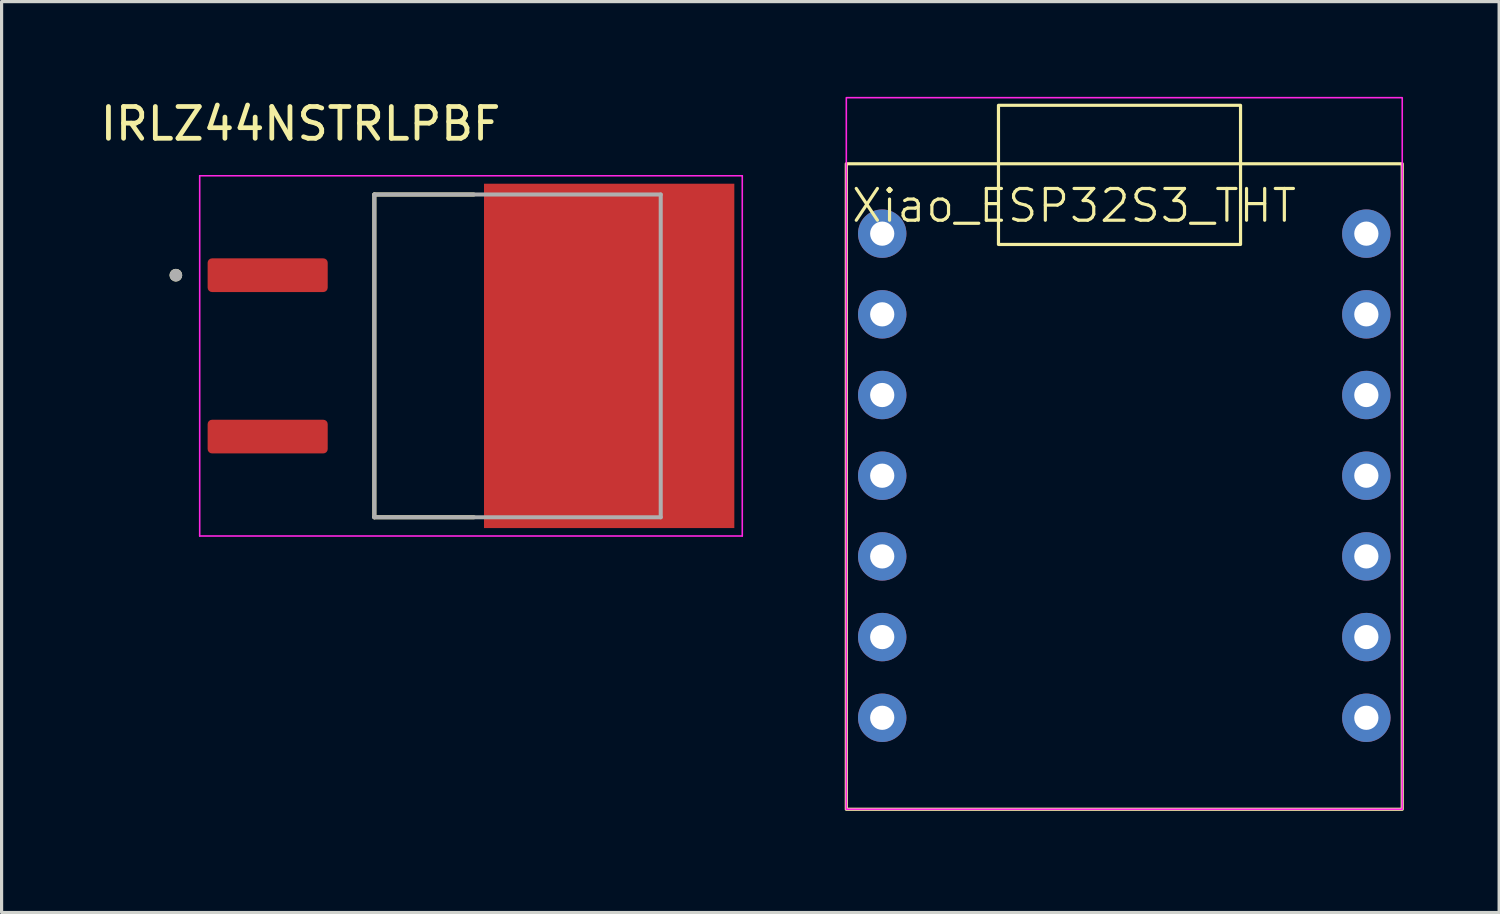
<source format=kicad_pcb>
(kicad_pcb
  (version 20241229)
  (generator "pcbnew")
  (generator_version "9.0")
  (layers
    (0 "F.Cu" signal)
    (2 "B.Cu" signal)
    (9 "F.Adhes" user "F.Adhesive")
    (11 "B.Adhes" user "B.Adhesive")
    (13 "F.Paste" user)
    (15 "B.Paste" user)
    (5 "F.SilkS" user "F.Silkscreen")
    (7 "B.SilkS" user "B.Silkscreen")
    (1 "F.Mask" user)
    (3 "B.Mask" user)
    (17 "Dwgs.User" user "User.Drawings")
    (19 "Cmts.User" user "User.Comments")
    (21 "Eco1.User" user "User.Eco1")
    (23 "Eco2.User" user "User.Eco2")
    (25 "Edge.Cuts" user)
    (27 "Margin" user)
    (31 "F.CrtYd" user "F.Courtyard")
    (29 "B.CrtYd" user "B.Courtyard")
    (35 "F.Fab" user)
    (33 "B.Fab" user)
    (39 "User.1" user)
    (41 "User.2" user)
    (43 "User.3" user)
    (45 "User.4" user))
  (footprint "Xiao_ESP32S3_THT"
    (layer "F.Cu")
    (at 23.591 22.425)
    (property "Reference" "Xiao_ESP32S3_THT" (at 7.17 -19 0) (unlocked yes) (layer "F.SilkS") (effects (font (size 1 1) (thickness 0.1))))
    (attr through_hole)
    (fp_rect (start 0 -20.32) (end 17.5 0) (stroke (width 0.1) (type default)) (fill no) (layer "F.SilkS"))
    (fp_rect (start 4.79 -22.16) (end 12.41 -17.78) (stroke (width 0.1) (type default)) (fill no) (layer "F.SilkS"))
    (fp_rect (start 0 -22.4) (end 17.5 0) (stroke (width 0.05) (type default)) (fill no) (layer "F.CrtYd"))
    (pad "1" thru_hole circle (at 1.13 -18.12) (size 1.524 1.524) (drill 0.762) (layers "*.Cu" "*.Mask"))
    (pad "2" thru_hole circle (at 1.13 -15.58) (size 1.524 1.524) (drill 0.762) (layers "*.Cu" "*.Mask"))
    (pad "3" thru_hole circle (at 1.13 -13.04) (size 1.524 1.524) (drill 0.762) (layers "*.Cu" "*.Mask"))
    (pad "4" thru_hole circle (at 1.13 -10.5) (size 1.524 1.524) (drill 0.762) (layers "*.Cu" "*.Mask"))
    (pad "5" thru_hole circle (at 1.13 -7.96) (size 1.524 1.524) (drill 0.762) (layers "*.Cu" "*.Mask"))
    (pad "6" thru_hole circle (at 1.13 -5.42) (size 1.524 1.524) (drill 0.762) (layers "*.Cu" "*.Mask"))
    (pad "7" thru_hole circle (at 1.13 -2.88) (size 1.524 1.524) (drill 0.762) (layers "*.Cu" "*.Mask"))
    (pad "8" thru_hole circle (at 16.37 -2.88) (size 1.524 1.524) (drill 0.762) (layers "*.Cu" "*.Mask"))
    (pad "9" thru_hole circle (at 16.37 -5.42) (size 1.524 1.524) (drill 0.762) (layers "*.Cu" "*.Mask"))
    (pad "10" thru_hole circle (at 16.37 -7.96) (size 1.524 1.524) (drill 0.762) (layers "*.Cu" "*.Mask"))
    (pad "11" thru_hole circle (at 16.37 -10.5) (size 1.524 1.524) (drill 0.762) (layers "*.Cu" "*.Mask"))
    (pad "12" thru_hole circle (at 16.37 -13.04) (size 1.524 1.524) (drill 0.762) (layers "*.Cu" "*.Mask"))
    (pad "13" thru_hole circle (at 16.37 -15.58) (size 1.524 1.524) (drill 0.762) (layers "*.Cu" "*.Mask"))
    (pad "14" thru_hole circle (at 16.37 -18.12) (size 1.524 1.524) (drill 0.762) (layers "*.Cu" "*.Mask")))
  (footprint "IRLZ44NSTRLPBF"
    (layer "F.Cu")
    (at 11.776 8.153)
    (property "Reference" "IRLZ44NSTRLPBF" (at -5.365 -7.305 0) (layer "F.SilkS") (effects (font (size 1 1) (thickness 0.15))))
    (attr smd)
    (fp_line (start -3.042 -5.08) (end -3.042 5.08) (stroke (width 0.127) (type solid)) (layer "F.SilkS"))
    (fp_line (start -3.042 5.08) (end 0.09 5.08) (stroke (width 0.127) (type solid)) (layer "F.SilkS"))
    (fp_line (start 0.09 -5.08) (end -3.042 -5.08) (stroke (width 0.127) (type solid)) (layer "F.SilkS"))
    (fp_circle (center -9.29 -2.54) (end -9.19 -2.54) (stroke (width 0.2) (type solid)) (fill no) (layer "F.SilkS"))
    (fp_poly (pts (xy 0.96 -5.15) (xy 2.48 -5.15) (xy 2.48 -3.9) (xy 0.96 -3.9)) (stroke (width 0.01) (type solid)) (fill yes) (layer "F.Paste"))
    (fp_poly (pts (xy 0.96 -3.34) (xy 2.48 -3.34) (xy 2.48 -2.09) (xy 0.96 -2.09)) (stroke (width 0.01) (type solid)) (fill yes) (layer "F.Paste"))
    (fp_poly (pts (xy 0.96 -1.53) (xy 2.48 -1.53) (xy 2.48 -0.28) (xy 0.96 -0.28)) (stroke (width 0.01) (type solid)) (fill yes) (layer "F.Paste"))
    (fp_poly (pts (xy 0.96 0.28) (xy 2.48 0.28) (xy 2.48 1.53) (xy 0.96 1.53)) (stroke (width 0.01) (type solid)) (fill yes) (layer "F.Paste"))
    (fp_poly (pts (xy 0.96 2.09) (xy 2.48 2.09) (xy 2.48 3.34) (xy 0.96 3.34)) (stroke (width 0.01) (type solid)) (fill yes) (layer "F.Paste"))
    (fp_poly (pts (xy 0.96 3.9) (xy 2.48 3.9) (xy 2.48 5.15) (xy 0.96 5.15)) (stroke (width 0.01) (type solid)) (fill yes) (layer "F.Paste"))
    (fp_poly (pts (xy 3.59 -5.15) (xy 5.11 -5.15) (xy 5.11 -3.9) (xy 3.59 -3.9)) (stroke (width 0.01) (type solid)) (fill yes) (layer "F.Paste"))
    (fp_poly (pts (xy 3.59 -3.34) (xy 5.11 -3.34) (xy 5.11 -2.09) (xy 3.59 -2.09)) (stroke (width 0.01) (type solid)) (fill yes) (layer "F.Paste"))
    (fp_poly (pts (xy 3.59 -1.53) (xy 5.11 -1.53) (xy 5.11 -0.28) (xy 3.59 -0.28)) (stroke (width 0.01) (type solid)) (fill yes) (layer "F.Paste"))
    (fp_poly (pts (xy 3.59 0.28) (xy 5.11 0.28) (xy 5.11 1.53) (xy 3.59 1.53)) (stroke (width 0.01) (type solid)) (fill yes) (layer "F.Paste"))
    (fp_poly (pts (xy 3.59 2.09) (xy 5.11 2.09) (xy 5.11 3.34) (xy 3.59 3.34)) (stroke (width 0.01) (type solid)) (fill yes) (layer "F.Paste"))
    (fp_poly (pts (xy 3.59 3.9) (xy 5.11 3.9) (xy 5.11 5.15) (xy 3.59 5.15)) (stroke (width 0.01) (type solid)) (fill yes) (layer "F.Paste"))
    (fp_poly (pts (xy 6.22 -5.15) (xy 7.74 -5.15) (xy 7.74 -3.9) (xy 6.22 -3.9)) (stroke (width 0.01) (type solid)) (fill yes) (layer "F.Paste"))
    (fp_poly (pts (xy 6.22 -3.34) (xy 7.74 -3.34) (xy 7.74 -2.09) (xy 6.22 -2.09)) (stroke (width 0.01) (type solid)) (fill yes) (layer "F.Paste"))
    (fp_poly (pts (xy 6.22 -1.53) (xy 7.74 -1.53) (xy 7.74 -0.28) (xy 6.22 -0.28)) (stroke (width 0.01) (type solid)) (fill yes) (layer "F.Paste"))
    (fp_poly (pts (xy 6.22 0.28) (xy 7.74 0.28) (xy 7.74 1.53) (xy 6.22 1.53)) (stroke (width 0.01) (type solid)) (fill yes) (layer "F.Paste"))
    (fp_poly (pts (xy 6.22 2.09) (xy 7.74 2.09) (xy 7.74 3.34) (xy 6.22 3.34)) (stroke (width 0.01) (type solid)) (fill yes) (layer "F.Paste"))
    (fp_poly (pts (xy 6.22 3.9) (xy 7.74 3.9) (xy 7.74 5.15) (xy 6.22 5.15)) (stroke (width 0.01) (type solid)) (fill yes) (layer "F.Paste"))
    (fp_line (start -8.54 -5.67) (end -8.54 5.67) (stroke (width 0.05) (type solid)) (layer "F.CrtYd"))
    (fp_line (start -8.54 5.67) (end 8.54 5.67) (stroke (width 0.05) (type solid)) (layer "F.CrtYd"))
    (fp_line (start 8.54 -5.67) (end -8.54 -5.67) (stroke (width 0.05) (type solid)) (layer "F.CrtYd"))
    (fp_line (start 8.54 5.67) (end 8.54 -5.67) (stroke (width 0.05) (type solid)) (layer "F.CrtYd"))
    (fp_line (start -3.042 -5.08) (end -3.042 5.08) (stroke (width 0.127) (type solid)) (layer "F.Fab"))
    (fp_line (start -3.042 5.08) (end 5.973 5.08) (stroke (width 0.127) (type solid)) (layer "F.Fab"))
    (fp_line (start 5.973 -5.08) (end -3.042 -5.08) (stroke (width 0.127) (type solid)) (layer "F.Fab"))
    (fp_line (start 5.973 5.08) (end 5.973 -5.08) (stroke (width 0.127) (type solid)) (layer "F.Fab"))
    (fp_circle (center -9.29 -2.54) (end -9.19 -2.54) (stroke (width 0.2) (type solid)) (fill no) (layer "F.Fab"))
    (pad "1" smd roundrect (at -6.4 -2.54) (size 3.78 1.06) (layers "F.Cu" "F.Mask" "F.Paste") (roundrect_rratio 0.13))
    (pad "2" smd rect (at 4.35 0) (size 7.88 10.84) (layers "F.Cu" "F.Mask"))
    (pad "3" smd roundrect (at -6.4 2.54) (size 3.78 1.06) (layers "F.Cu" "F.Mask" "F.Paste") (roundrect_rratio 0.13)))
  (gr_rect
    (start -3 -3)
    (end 44.141 25.675)
    (stroke (width 0.1) (type default))
    (fill no)
    (layer "Edge.Cuts")))
</source>
